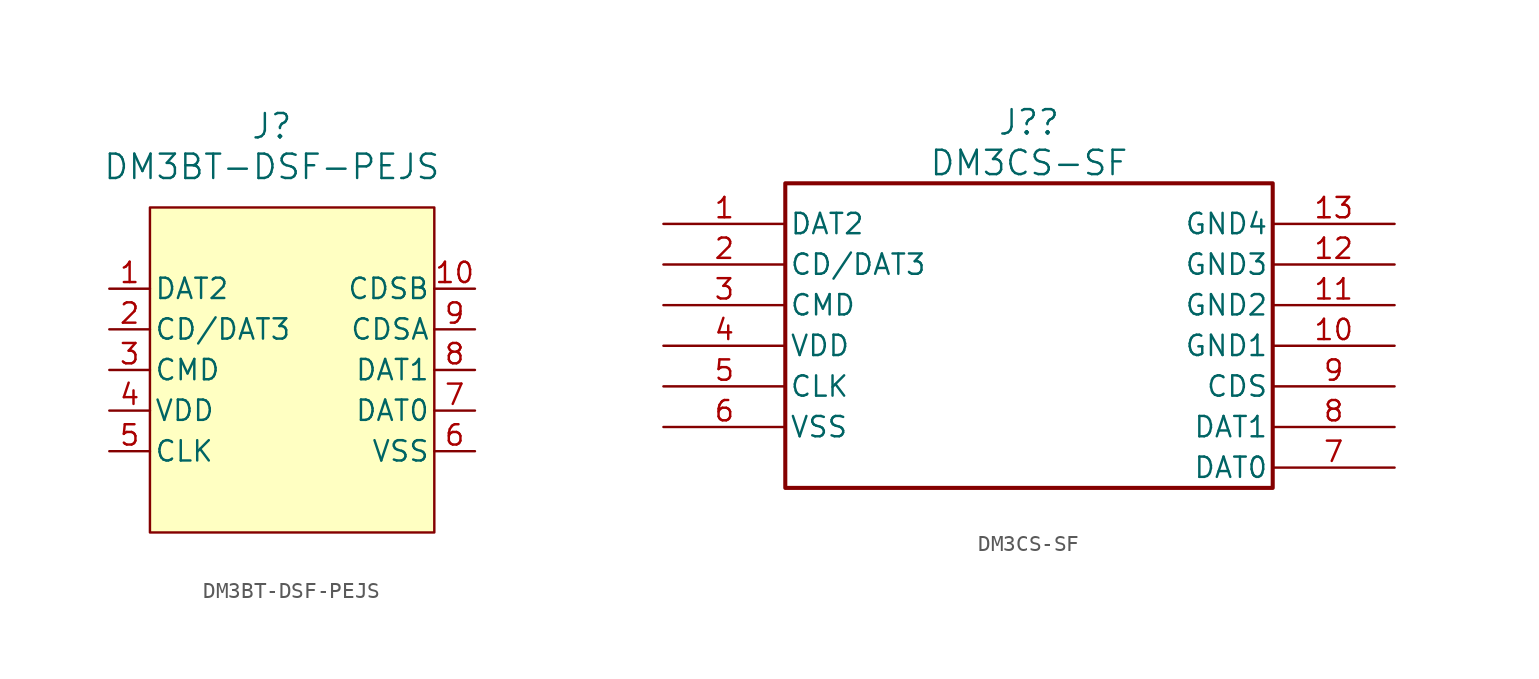
<source format=kicad_sym>
(kicad_symbol_lib
  (version 20220914)
  (generator kicad_symbol_editor)
  (symbol "DM3BT-DSF-PEJS"
    (pin_names
      (offset 0.254))
    (property "Reference" "J"
      (at 0 15.24 0)
      (effects (font (size 1.524 1.524))))
    (property "Value" "DM3BT-DSF-PEJS"
      (at 0 12.7 0)
      (effects (font (size 1.524 1.524))))
    (symbol "DM3BT-DSF-PEJS_1_1"
      (rectangle (start -7.62 10.16) (end 10.16 -10.16) (stroke (width 0) (type default)) (fill (type background)))
      (pin bidirectional line (at -10.16 5.08 0) (length 2.54) (name "DAT2" (effects (font (size 1.27 1.27)))) (number "1" (effects (font (size 1.27 1.27)))))
      (pin unspecified line (at 12.7 5.08 180) (length 2.54) (name "CDSB" (effects (font (size 1.27 1.27)))) (number "10" (effects (font (size 1.27 1.27)))))
      (pin bidirectional line (at -10.16 2.54 0) (length 2.54) (name "CD/DAT3" (effects (font (size 1.27 1.27)))) (number "2" (effects (font (size 1.27 1.27)))))
      (pin unspecified line (at -10.16 0 0) (length 2.54) (name "CMD" (effects (font (size 1.27 1.27)))) (number "3" (effects (font (size 1.27 1.27)))))
      (pin power_in line (at -10.16 -2.54 0) (length 2.54) (name "VDD" (effects (font (size 1.27 1.27)))) (number "4" (effects (font (size 1.27 1.27)))))
      (pin unspecified line (at -10.16 -5.08 0) (length 2.54) (name "CLK" (effects (font (size 1.27 1.27)))) (number "5" (effects (font (size 1.27 1.27)))))
      (pin power_out line (at 12.7 -5.08 180) (length 2.54) (name "VSS" (effects (font (size 1.27 1.27)))) (number "6" (effects (font (size 1.27 1.27)))))
      (pin bidirectional line (at 12.7 -2.54 180) (length 2.54) (name "DAT0" (effects (font (size 1.27 1.27)))) (number "7" (effects (font (size 1.27 1.27)))))
      (pin bidirectional line (at 12.7 0 180) (length 2.54) (name "DAT1" (effects (font (size 1.27 1.27)))) (number "8" (effects (font (size 1.27 1.27)))))
      (pin unspecified line (at 12.7 2.54 180) (length 2.54) (name "CDSA" (effects (font (size 1.27 1.27)))) (number "9" (effects (font (size 1.27 1.27)))))))
  (symbol "DM3CS-SF"
    (pin_names
      (offset 0.254))
    (property "Reference" "J?"
      (at 22.86 6.35 0)
      (effects (font (size 1.524 1.524))))
    (property "Value" "DM3CS-SF"
      (at 22.86 3.81 0)
      (effects (font (size 1.524 1.524))))
    (property "ki_locked" ""
      (at 0 0 0)
      (effects (font (size 1.27 1.27))))
    (symbol "DM3CS-SF_0_1"
      (pin bidirectional line (at 0 0 0) (length 7.62) (name "DAT2" (effects (font (size 1.27 1.27)))) (number "1" (effects (font (size 1.27 1.27)))))
      (pin power_out line (at 45.72 -7.62 180) (length 7.62) (name "GND1" (effects (font (size 1.27 1.27)))) (number "10" (effects (font (size 1.27 1.27)))))
      (pin power_out line (at 45.72 -5.08 180) (length 7.62) (name "GND2" (effects (font (size 1.27 1.27)))) (number "11" (effects (font (size 1.27 1.27)))))
      (pin power_out line (at 45.72 -2.54 180) (length 7.62) (name "GND3" (effects (font (size 1.27 1.27)))) (number "12" (effects (font (size 1.27 1.27)))))
      (pin power_out line (at 45.72 0 180) (length 7.62) (name "GND4" (effects (font (size 1.27 1.27)))) (number "13" (effects (font (size 1.27 1.27)))))
      (pin unspecified line (at 0 -2.54 0) (length 7.62) (name "CD/DAT3" (effects (font (size 1.27 1.27)))) (number "2" (effects (font (size 1.27 1.27)))))
      (pin unspecified line (at 0 -5.08 0) (length 7.62) (name "CMD" (effects (font (size 1.27 1.27)))) (number "3" (effects (font (size 1.27 1.27)))))
      (pin power_in line (at 0 -7.62 0) (length 7.62) (name "VDD" (effects (font (size 1.27 1.27)))) (number "4" (effects (font (size 1.27 1.27)))))
      (pin unspecified line (at 0 -10.16 0) (length 7.62) (name "CLK" (effects (font (size 1.27 1.27)))) (number "5" (effects (font (size 1.27 1.27)))))
      (pin power_out line (at 0 -12.7 0) (length 7.62) (name "VSS" (effects (font (size 1.27 1.27)))) (number "6" (effects (font (size 1.27 1.27)))))
      (pin bidirectional line (at 45.72 -15.24 180) (length 7.62) (name "DAT0" (effects (font (size 1.27 1.27)))) (number "7" (effects (font (size 1.27 1.27)))))
      (pin bidirectional line (at 45.72 -12.7 180) (length 7.62) (name "DAT1" (effects (font (size 1.27 1.27)))) (number "8" (effects (font (size 1.27 1.27)))))
      (pin unspecified line (at 45.72 -10.16 180) (length 7.62) (name "CDS" (effects (font (size 1.27 1.27)))) (number "9" (effects (font (size 1.27 1.27))))))
    (symbol "DM3CS-SF_1_1"
      (rectangle (start 7.62 2.54) (end 38.1 -16.51) (stroke (width 0.254) (type default)) (fill (type none))))))
</source>
